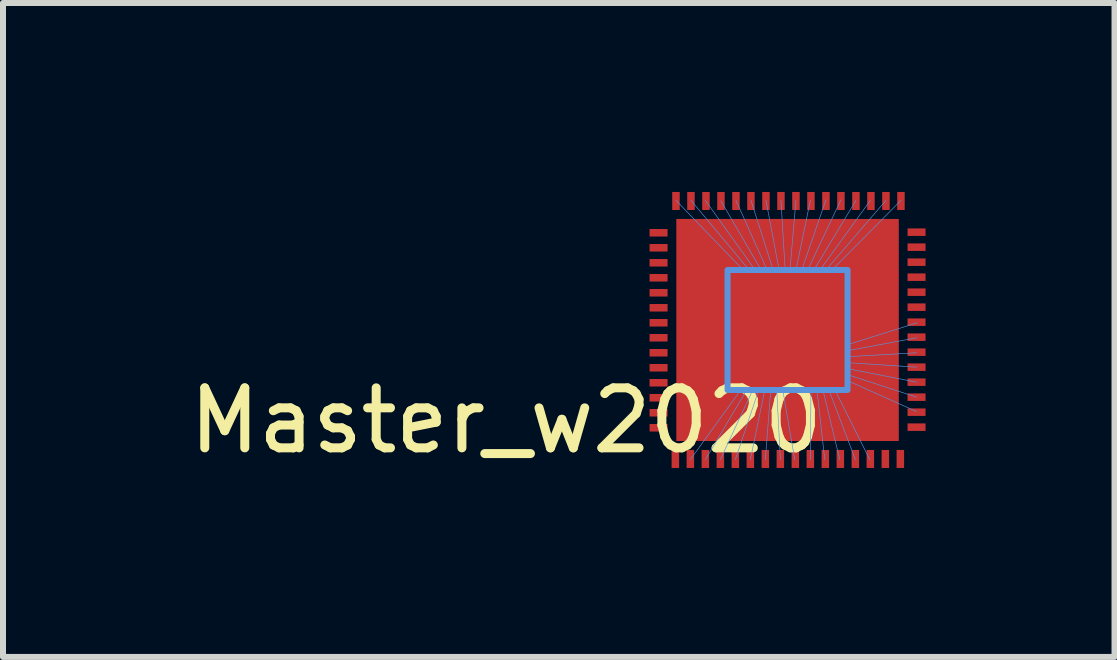
<source format=kicad_pcb>
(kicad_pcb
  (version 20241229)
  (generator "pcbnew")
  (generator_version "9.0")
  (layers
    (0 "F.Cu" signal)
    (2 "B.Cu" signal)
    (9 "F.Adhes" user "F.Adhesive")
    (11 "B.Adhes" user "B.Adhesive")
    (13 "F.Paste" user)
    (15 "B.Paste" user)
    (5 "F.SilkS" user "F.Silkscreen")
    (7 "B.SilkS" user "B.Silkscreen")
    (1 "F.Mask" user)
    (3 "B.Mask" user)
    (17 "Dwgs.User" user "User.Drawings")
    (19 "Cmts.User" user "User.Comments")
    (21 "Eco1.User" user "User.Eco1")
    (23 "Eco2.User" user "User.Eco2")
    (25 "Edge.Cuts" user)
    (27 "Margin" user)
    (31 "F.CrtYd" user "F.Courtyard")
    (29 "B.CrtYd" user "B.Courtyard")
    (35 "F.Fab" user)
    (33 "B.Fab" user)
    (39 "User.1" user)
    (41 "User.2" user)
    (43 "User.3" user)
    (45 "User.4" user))
  (footprint "Master_w2020"
    (layer "F.Cu")
    (at 10.077 2.45)
    (property "Reference" "Master_w2020" (at -4.69 1.51 0) (layer "F.SilkS") (effects (font (size 1 1) (thickness 0.15))))
    (attr through_hole)
    (fp_poly (pts (xy 1 1) (xy -1 1) (xy -1 -1) (xy 1 -1)) (stroke (width 0) (type solid)) (fill yes) (layer "F.Cu"))
    (fp_poly (pts (xy 1.85 1.85) (xy -1.85 1.85) (xy -1.85 -1.85) (xy 1.85 -1.85)) (stroke (width 0) (type solid)) (fill yes) (layer "F.Cu"))
    (fp_poly (pts (xy 2.15 2.15) (xy -2.15 2.15) (xy -2.15 -2.15) (xy 2.15 -2.15)) (stroke (width 0.6) (type solid)) (fill yes) (layer "F.Mask"))
    (fp_line (start -0.78 1) (end -1.62 2.16) (stroke (width 0.01) (type solid)) (layer "Cmts.User"))
    (fp_line (start -0.74 -1) (end -1.86 -2.16) (stroke (width 0.01) (type solid)) (layer "Cmts.User"))
    (fp_line (start -0.68 1) (end -1.37 2.16) (stroke (width 0.01) (type solid)) (layer "Cmts.User"))
    (fp_line (start -0.64 -1) (end -1.61 -2.16) (stroke (width 0.01) (type solid)) (layer "Cmts.User"))
    (fp_line (start -0.58 1) (end -1.12 2.16) (stroke (width 0.01) (type solid)) (layer "Cmts.User"))
    (fp_line (start -0.54 -1) (end -1.37 -2.16) (stroke (width 0.01) (type solid)) (layer "Cmts.User"))
    (fp_line (start -0.48 1) (end -0.87 2.16) (stroke (width 0.01) (type solid)) (layer "Cmts.User"))
    (fp_line (start -0.44 -1) (end -1.11 -2.15) (stroke (width 0.01) (type solid)) (layer "Cmts.User"))
    (fp_line (start -0.38 1) (end -0.62 2.16) (stroke (width 0.01) (type solid)) (layer "Cmts.User"))
    (fp_line (start -0.34 -1) (end -0.86 -2.16) (stroke (width 0.01) (type solid)) (layer "Cmts.User"))
    (fp_line (start -0.28 1) (end -0.37 2.16) (stroke (width 0.01) (type solid)) (layer "Cmts.User"))
    (fp_line (start -0.24 -1) (end -0.61 -2.16) (stroke (width 0.01) (type solid)) (layer "Cmts.User"))
    (fp_line (start -0.18 1) (end -0.12 2.16) (stroke (width 0.01) (type solid)) (layer "Cmts.User"))
    (fp_line (start -0.14 -1) (end -0.36 -2.16) (stroke (width 0.01) (type solid)) (layer "Cmts.User"))
    (fp_line (start -0.08 1) (end 0.12 2.16) (stroke (width 0.01) (type solid)) (layer "Cmts.User"))
    (fp_line (start -0.04 -1) (end -0.11 -2.16) (stroke (width 0.01) (type solid)) (layer "Cmts.User"))
    (fp_line (start 0.04 -1) (end 0.14 -2.16) (stroke (width 0.01) (type solid)) (layer "Cmts.User"))
    (fp_line (start 0.14 -1) (end 0.38 -2.16) (stroke (width 0.01) (type solid)) (layer "Cmts.User"))
    (fp_line (start 0.24 -1.01) (end 0.64 -2.17) (stroke (width 0.01) (type solid)) (layer "Cmts.User"))
    (fp_line (start 0.34 -1.01) (end 0.89 -2.17) (stroke (width 0.01) (type solid)) (layer "Cmts.User"))
    (fp_line (start 0.39 1) (end 0.38 2.16) (stroke (width 0.01) (type solid)) (layer "Cmts.User"))
    (fp_line (start 0.44 -1) (end 1.14 -2.16) (stroke (width 0.01) (type solid)) (layer "Cmts.User"))
    (fp_line (start 0.49 1) (end 0.62 2.16) (stroke (width 0.01) (type solid)) (layer "Cmts.User"))
    (fp_line (start 0.54 -1) (end 1.38 -2.16) (stroke (width 0.01) (type solid)) (layer "Cmts.User"))
    (fp_line (start 0.59 1) (end 0.87 2.16) (stroke (width 0.01) (type solid)) (layer "Cmts.User"))
    (fp_line (start 0.64 -1) (end 1.64 -2.16) (stroke (width 0.01) (type solid)) (layer "Cmts.User"))
    (fp_line (start 0.69 1) (end 1.13 2.16) (stroke (width 0.01) (type solid)) (layer "Cmts.User"))
    (fp_line (start 0.74 -1) (end 1.89 -2.16) (stroke (width 0.01) (type solid)) (layer "Cmts.User"))
    (fp_line (start 0.79 1) (end 1.37 2.16) (stroke (width 0.01) (type solid)) (layer "Cmts.User"))
    (fp_line (start 1 0.245) (end 2.16 -0.12) (stroke (width 0.01) (type solid)) (layer "Cmts.User"))
    (fp_line (start 1 0.345) (end 2.15 0.13) (stroke (width 0.01) (type solid)) (layer "Cmts.User"))
    (fp_line (start 1 0.445) (end 2.15 0.38) (stroke (width 0.01) (type solid)) (layer "Cmts.User"))
    (fp_line (start 1 0.545) (end 2.15 0.62) (stroke (width 0.01) (type solid)) (layer "Cmts.User"))
    (fp_line (start 1 0.645) (end 2.15 0.87) (stroke (width 0.01) (type solid)) (layer "Cmts.User"))
    (fp_line (start 1 0.745) (end 2.15 1.12) (stroke (width 0.01) (type solid)) (layer "Cmts.User"))
    (fp_line (start 1 0.845) (end 2.15 1.36) (stroke (width 0.01) (type solid)) (layer "Cmts.User"))
    (fp_poly (pts (xy 1 1) (xy -1 1) (xy -1 -1) (xy 1 -1)) (stroke (width 0.1) (type solid)) (fill no) (layer "Cmts.User"))
    (pad "0" connect rect (at 0 0) (size 3.7 3.7) (layers "F.Cu" "F.Mask"))
    (pad "1" connect rect (at -1.86 -2.15) (size 0.125 0.3) (layers "F.Cu" "F.Mask"))
    (pad "2" connect rect (at -1.61 -2.15) (size 0.125 0.3) (layers "F.Cu" "F.Mask"))
    (pad "3" connect rect (at -1.36 -2.15) (size 0.125 0.3) (layers "F.Cu" "F.Mask"))
    (pad "4" connect rect (at -1.11 -2.15) (size 0.125 0.3) (layers "F.Cu" "F.Mask"))
    (pad "5" connect rect (at -0.86 -2.15) (size 0.125 0.3) (layers "F.Cu" "F.Mask"))
    (pad "6" connect rect (at -0.61 -2.15) (size 0.125 0.3) (layers "F.Cu" "F.Mask"))
    (pad "7" connect rect (at -0.36 -2.15) (size 0.125 0.3) (layers "F.Cu" "F.Mask"))
    (pad "8" connect rect (at -0.11 -2.15) (size 0.125 0.3) (layers "F.Cu" "F.Mask"))
    (pad "9" connect rect (at 0.14 -2.15) (size 0.125 0.3) (layers "F.Cu" "F.Mask"))
    (pad "10" connect rect (at 0.39 -2.15) (size 0.125 0.3) (layers "F.Cu" "F.Mask"))
    (pad "11" connect rect (at 0.64 -2.15) (size 0.125 0.3) (layers "F.Cu" "F.Mask"))
    (pad "12" connect rect (at 0.89 -2.15) (size 0.125 0.3) (layers "F.Cu" "F.Mask"))
    (pad "13" connect rect (at 1.14 -2.15) (size 0.125 0.3) (layers "F.Cu" "F.Mask"))
    (pad "14" connect rect (at 1.39 -2.15) (size 0.125 0.3) (layers "F.Cu" "F.Mask"))
    (pad "15" connect rect (at 1.64 -2.15) (size 0.125 0.3) (layers "F.Cu" "F.Mask"))
    (pad "16" connect rect (at 1.89 -2.15) (size 0.125 0.3) (layers "F.Cu" "F.Mask"))
    (pad "17" connect rect (at 2.15 -1.63 270) (size 0.125 0.3) (layers "F.Cu" "F.Mask"))
    (pad "18" connect rect (at 2.15 -1.38 270) (size 0.125 0.3) (layers "F.Cu" "F.Mask"))
    (pad "19" connect rect (at 2.15 -1.13 270) (size 0.125 0.3) (layers "F.Cu" "F.Mask"))
    (pad "20" connect rect (at 2.15 -0.88 270) (size 0.125 0.3) (layers "F.Cu" "F.Mask"))
    (pad "21" connect rect (at 2.15 -0.63 270) (size 0.125 0.3) (layers "F.Cu" "F.Mask"))
    (pad "22" connect rect (at 2.15 -0.38 270) (size 0.125 0.3) (layers "F.Cu" "F.Mask"))
    (pad "23" connect rect (at 2.15 -0.13 270) (size 0.125 0.3) (layers "F.Cu" "F.Mask"))
    (pad "24" connect rect (at 2.15 0.12 270) (size 0.125 0.3) (layers "F.Cu" "F.Mask"))
    (pad "25" connect rect (at 2.15 0.37 270) (size 0.125 0.3) (layers "F.Cu" "F.Mask"))
    (pad "26" connect rect (at 2.15 0.62 270) (size 0.125 0.3) (layers "F.Cu" "F.Mask"))
    (pad "27" connect rect (at 2.15 0.87 270) (size 0.125 0.3) (layers "F.Cu" "F.Mask"))
    (pad "28" connect rect (at 2.15 1.12 270) (size 0.125 0.3) (layers "F.Cu" "F.Mask"))
    (pad "29" connect rect (at 2.15 1.37 270) (size 0.125 0.3) (layers "F.Cu" "F.Mask"))
    (pad "30" connect rect (at 2.15 1.62 270) (size 0.125 0.3) (layers "F.Cu" "F.Mask"))
    (pad "31" connect rect (at 1.88 2.15 180) (size 0.125 0.3) (layers "F.Cu" "F.Mask"))
    (pad "32" connect rect (at 1.63 2.15 180) (size 0.125 0.3) (layers "F.Cu" "F.Mask"))
    (pad "33" connect rect (at 1.38 2.15 180) (size 0.125 0.3) (layers "F.Cu" "F.Mask"))
    (pad "34" connect rect (at 1.13 2.15 180) (size 0.125 0.3) (layers "F.Cu" "F.Mask"))
    (pad "35" connect rect (at 0.88 2.15 180) (size 0.125 0.3) (layers "F.Cu" "F.Mask"))
    (pad "36" connect rect (at 0.63 2.15 180) (size 0.125 0.3) (layers "F.Cu" "F.Mask"))
    (pad "37" connect rect (at 0.38 2.15 180) (size 0.125 0.3) (layers "F.Cu" "F.Mask"))
    (pad "38" connect rect (at 0.13 2.15 180) (size 0.125 0.3) (layers "F.Cu" "F.Mask"))
    (pad "39" connect rect (at -0.12 2.15 180) (size 0.125 0.3) (layers "F.Cu" "F.Mask"))
    (pad "40" connect rect (at -0.37 2.15 180) (size 0.125 0.3) (layers "F.Cu" "F.Mask"))
    (pad "41" connect rect (at -0.62 2.15 180) (size 0.125 0.3) (layers "F.Cu" "F.Mask"))
    (pad "42" connect rect (at -0.87 2.15 180) (size 0.125 0.3) (layers "F.Cu" "F.Mask"))
    (pad "43" connect rect (at -1.12 2.15 180) (size 0.125 0.3) (layers "F.Cu" "F.Mask"))
    (pad "44" connect rect (at -1.37 2.15 180) (size 0.125 0.3) (layers "F.Cu" "F.Mask"))
    (pad "45" connect rect (at -1.62 2.15 180) (size 0.125 0.3) (layers "F.Cu" "F.Mask"))
    (pad "46" connect rect (at -1.87 2.15 180) (size 0.125 0.3) (layers "F.Cu" "F.Mask"))
    (pad "47" connect rect (at -2.15 1.63 90) (size 0.125 0.3) (layers "F.Cu" "F.Mask"))
    (pad "48" connect rect (at -2.15 1.38 90) (size 0.125 0.3) (layers "F.Cu" "F.Mask"))
    (pad "49" connect rect (at -2.15 1.13 90) (size 0.125 0.3) (layers "F.Cu" "F.Mask"))
    (pad "50" connect rect (at -2.15 0.88 90) (size 0.125 0.3) (layers "F.Cu" "F.Mask"))
    (pad "51" connect rect (at -2.15 0.63 90) (size 0.125 0.3) (layers "F.Cu" "F.Mask"))
    (pad "52" connect rect (at -2.15 0.38 90) (size 0.125 0.3) (layers "F.Cu" "F.Mask"))
    (pad "53" connect rect (at -2.15 0.13 90) (size 0.125 0.3) (layers "F.Cu" "F.Mask"))
    (pad "54" connect rect (at -2.15 -0.12 90) (size 0.125 0.3) (layers "F.Cu" "F.Mask"))
    (pad "55" connect rect (at -2.15 -0.37 90) (size 0.125 0.3) (layers "F.Cu" "F.Mask"))
    (pad "56" connect rect (at -2.15 -0.62 90) (size 0.125 0.3) (layers "F.Cu" "F.Mask"))
    (pad "57" connect rect (at -2.15 -0.87 90) (size 0.125 0.3) (layers "F.Cu" "F.Mask"))
    (pad "58" connect rect (at -2.15 -1.12 90) (size 0.125 0.3) (layers "F.Cu" "F.Mask"))
    (pad "59" connect rect (at -2.15 -1.37 90) (size 0.125 0.3) (layers "F.Cu" "F.Mask"))
    (pad "60" connect rect (at -2.15 -1.62 90) (size 0.125 0.3) (layers "F.Cu" "F.Mask")))
  (gr_rect
    (start -3 -3)
    (end 15.527 7.9)
    (stroke (width 0.1) (type default))
    (fill no)
    (layer "Edge.Cuts")))
</source>
